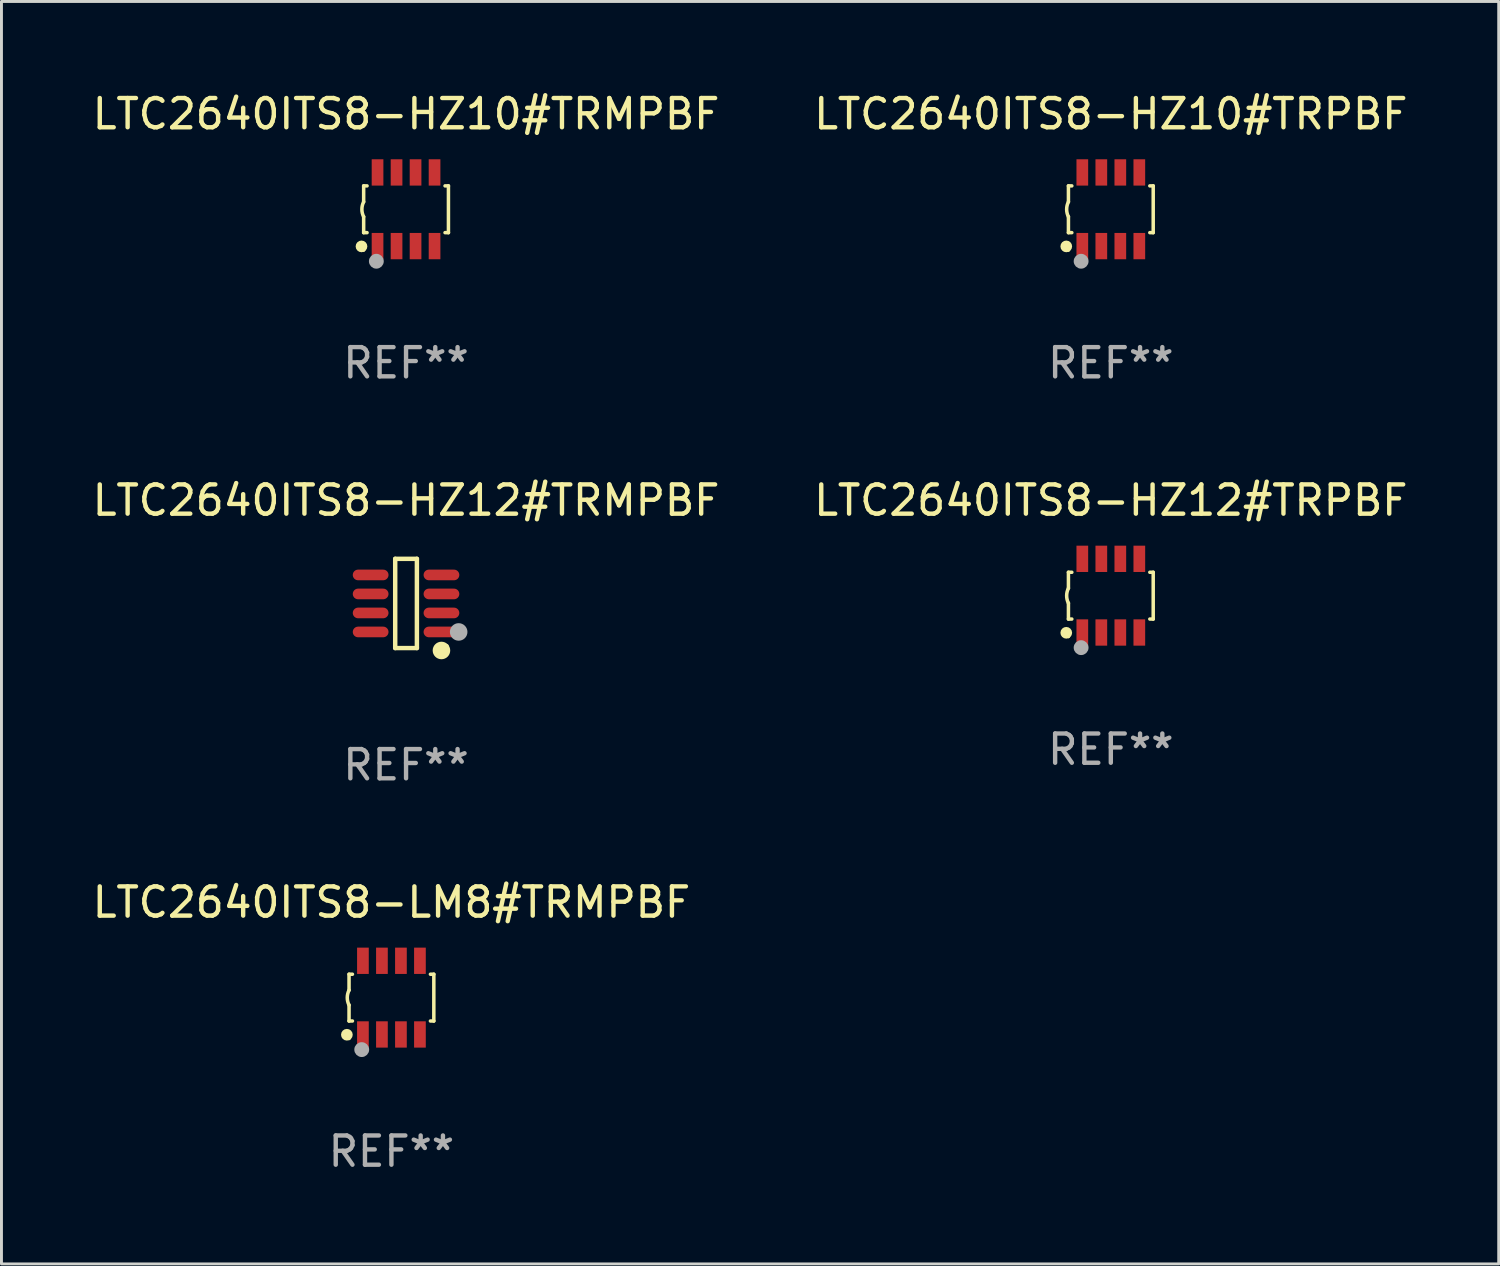
<source format=kicad_pcb>
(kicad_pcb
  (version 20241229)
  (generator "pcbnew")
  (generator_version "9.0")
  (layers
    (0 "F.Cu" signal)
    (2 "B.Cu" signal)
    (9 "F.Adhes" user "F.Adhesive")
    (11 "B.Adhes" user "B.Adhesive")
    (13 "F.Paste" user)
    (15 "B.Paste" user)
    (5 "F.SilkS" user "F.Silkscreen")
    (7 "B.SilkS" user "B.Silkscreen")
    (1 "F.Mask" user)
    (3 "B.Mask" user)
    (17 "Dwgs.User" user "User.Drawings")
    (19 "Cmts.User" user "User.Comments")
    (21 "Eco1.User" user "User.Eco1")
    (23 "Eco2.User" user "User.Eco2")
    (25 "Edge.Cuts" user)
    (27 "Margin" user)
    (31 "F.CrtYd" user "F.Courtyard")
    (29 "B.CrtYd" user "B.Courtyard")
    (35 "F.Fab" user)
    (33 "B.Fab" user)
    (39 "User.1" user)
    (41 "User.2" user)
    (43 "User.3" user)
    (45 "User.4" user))
  (footprint "LTC2640ITS8-HZ12#TRPBF"
    (layer "F.Cu")
    (at 34.946 17.325)
    (property "Reference" "LTC2640ITS8-HZ12#TRPBF" (at 0 -3.26 0) (layer "F.SilkS") (effects (font (size 1 1) (thickness 0.15))))
    (attr through_hole)
    (fp_line (start -1.45 -0.8) (end -1.45 -0.254) (stroke (width 0.12) (type solid)) (layer "F.SilkS"))
    (fp_line (start -1.45 -0.8) (end -1.334 -0.8) (stroke (width 0.12) (type solid)) (layer "F.SilkS"))
    (fp_line (start -1.45 0.8) (end -1.45 0.254) (stroke (width 0.12) (type solid)) (layer "F.SilkS"))
    (fp_line (start -1.45 0.8) (end -1.334 0.8) (stroke (width 0.12) (type solid)) (layer "F.SilkS"))
    (fp_line (start 1.334 -0.8) (end 1.45 -0.8) (stroke (width 0.12) (type solid)) (layer "F.SilkS"))
    (fp_line (start 1.334 0.8) (end 1.45 0.8) (stroke (width 0.12) (type solid)) (layer "F.SilkS"))
    (fp_line (start 1.45 0.8) (end 1.45 -0.8) (stroke (width 0.12) (type solid)) (layer "F.SilkS"))
    (fp_arc (start -1.45075 0.255144) (mid -1.510605 0.000434) (end -1.450013 -0.254102) (stroke (width 0.11999) (type solid)) (layer "F.SilkS"))
    (fp_circle (center -1.524 1.27) (end -1.424 1.27) (stroke (width 0.2) (type solid)) (fill no) (layer "F.SilkS"))
    (fp_circle (center -1.45 1.4) (end -1.42 1.4) (stroke (width 0.06) (type solid)) (fill no) (layer "F.SilkS"))
    (fp_circle (center -1.016 1.778) (end -0.889 1.778) (stroke (width 0.254) (type solid)) (fill no) (layer "F.Fab"))
    (fp_text user "REF**" (at 0 5.26 0) (layer "F.Fab") (effects (font (size 1 1) (thickness 0.15))))
    (pad "1" smd rect (at -0.975 1.26) (size 0.4 0.9) (layers "F.Cu" "F.Mask" "F.Paste"))
    (pad "2" smd rect (at -0.325 1.26) (size 0.4 0.9) (layers "F.Cu" "F.Mask" "F.Paste"))
    (pad "3" smd rect (at 0.325 1.26) (size 0.4 0.9) (layers "F.Cu" "F.Mask" "F.Paste"))
    (pad "4" smd rect (at 0.975 1.26) (size 0.4 0.9) (layers "F.Cu" "F.Mask" "F.Paste"))
    (pad "5" smd rect (at 0.975 -1.26) (size 0.4 0.9) (layers "F.Cu" "F.Mask" "F.Paste"))
    (pad "6" smd rect (at 0.325 -1.26) (size 0.4 0.9) (layers "F.Cu" "F.Mask" "F.Paste"))
    (pad "7" smd rect (at -0.325 -1.26) (size 0.4 0.9) (layers "F.Cu" "F.Mask" "F.Paste"))
    (pad "8" smd rect (at -0.975 -1.26) (size 0.4 0.9) (layers "F.Cu" "F.Mask" "F.Paste")))
  (footprint "LTC2640ITS8-HZ10#TRPBF"
    (layer "F.Cu")
    (at 34.946 4.108)
    (property "Reference" "LTC2640ITS8-HZ10#TRPBF" (at 0 -3.26 0) (layer "F.SilkS") (effects (font (size 1 1) (thickness 0.15))))
    (attr through_hole)
    (fp_line (start -1.45 -0.8) (end -1.45 -0.254) (stroke (width 0.12) (type solid)) (layer "F.SilkS"))
    (fp_line (start -1.45 -0.8) (end -1.334 -0.8) (stroke (width 0.12) (type solid)) (layer "F.SilkS"))
    (fp_line (start -1.45 0.8) (end -1.45 0.254) (stroke (width 0.12) (type solid)) (layer "F.SilkS"))
    (fp_line (start -1.45 0.8) (end -1.334 0.8) (stroke (width 0.12) (type solid)) (layer "F.SilkS"))
    (fp_line (start 1.334 -0.8) (end 1.45 -0.8) (stroke (width 0.12) (type solid)) (layer "F.SilkS"))
    (fp_line (start 1.334 0.8) (end 1.45 0.8) (stroke (width 0.12) (type solid)) (layer "F.SilkS"))
    (fp_line (start 1.45 0.8) (end 1.45 -0.8) (stroke (width 0.12) (type solid)) (layer "F.SilkS"))
    (fp_arc (start -1.45075 0.255144) (mid -1.510605 0.000434) (end -1.450013 -0.254102) (stroke (width 0.11999) (type solid)) (layer "F.SilkS"))
    (fp_circle (center -1.524 1.27) (end -1.424 1.27) (stroke (width 0.2) (type solid)) (fill no) (layer "F.SilkS"))
    (fp_circle (center -1.45 1.4) (end -1.42 1.4) (stroke (width 0.06) (type solid)) (fill no) (layer "F.SilkS"))
    (fp_circle (center -1.016 1.778) (end -0.889 1.778) (stroke (width 0.254) (type solid)) (fill no) (layer "F.Fab"))
    (fp_text user "REF**" (at 0 5.26 0) (layer "F.Fab") (effects (font (size 1 1) (thickness 0.15))))
    (pad "1" smd rect (at -0.975 1.26) (size 0.4 0.9) (layers "F.Cu" "F.Mask" "F.Paste"))
    (pad "2" smd rect (at -0.325 1.26) (size 0.4 0.9) (layers "F.Cu" "F.Mask" "F.Paste"))
    (pad "3" smd rect (at 0.325 1.26) (size 0.4 0.9) (layers "F.Cu" "F.Mask" "F.Paste"))
    (pad "4" smd rect (at 0.975 1.26) (size 0.4 0.9) (layers "F.Cu" "F.Mask" "F.Paste"))
    (pad "5" smd rect (at 0.975 -1.26) (size 0.4 0.9) (layers "F.Cu" "F.Mask" "F.Paste"))
    (pad "6" smd rect (at 0.325 -1.26) (size 0.4 0.9) (layers "F.Cu" "F.Mask" "F.Paste"))
    (pad "7" smd rect (at -0.325 -1.26) (size 0.4 0.9) (layers "F.Cu" "F.Mask" "F.Paste"))
    (pad "8" smd rect (at -0.975 -1.26) (size 0.4 0.9) (layers "F.Cu" "F.Mask" "F.Paste")))
  (footprint "LTC2640ITS8-LM8#TRMPBF"
    (layer "F.Cu")
    (at 10.339 31.074)
    (property "Reference" "LTC2640ITS8-LM8#TRMPBF" (at 0 -3.26 0) (layer "F.SilkS") (effects (font (size 1 1) (thickness 0.15))))
    (attr through_hole)
    (fp_line (start -1.45 -0.8) (end -1.45 -0.254) (stroke (width 0.12) (type solid)) (layer "F.SilkS"))
    (fp_line (start -1.45 -0.8) (end -1.334 -0.8) (stroke (width 0.12) (type solid)) (layer "F.SilkS"))
    (fp_line (start -1.45 0.8) (end -1.45 0.254) (stroke (width 0.12) (type solid)) (layer "F.SilkS"))
    (fp_line (start -1.45 0.8) (end -1.334 0.8) (stroke (width 0.12) (type solid)) (layer "F.SilkS"))
    (fp_line (start 1.334 -0.8) (end 1.45 -0.8) (stroke (width 0.12) (type solid)) (layer "F.SilkS"))
    (fp_line (start 1.334 0.8) (end 1.45 0.8) (stroke (width 0.12) (type solid)) (layer "F.SilkS"))
    (fp_line (start 1.45 0.8) (end 1.45 -0.8) (stroke (width 0.12) (type solid)) (layer "F.SilkS"))
    (fp_arc (start -1.45075 0.255144) (mid -1.510605 0.000434) (end -1.450013 -0.254102) (stroke (width 0.11999) (type solid)) (layer "F.SilkS"))
    (fp_circle (center -1.524 1.27) (end -1.424 1.27) (stroke (width 0.2) (type solid)) (fill no) (layer "F.SilkS"))
    (fp_circle (center -1.45 1.4) (end -1.42 1.4) (stroke (width 0.06) (type solid)) (fill no) (layer "F.SilkS"))
    (fp_circle (center -1.016 1.778) (end -0.889 1.778) (stroke (width 0.254) (type solid)) (fill no) (layer "F.Fab"))
    (fp_text user "REF**" (at 0 5.26 0) (layer "F.Fab") (effects (font (size 1 1) (thickness 0.15))))
    (pad "1" smd rect (at -0.975 1.26) (size 0.4 0.9) (layers "F.Cu" "F.Mask" "F.Paste"))
    (pad "2" smd rect (at -0.325 1.26) (size 0.4 0.9) (layers "F.Cu" "F.Mask" "F.Paste"))
    (pad "3" smd rect (at 0.325 1.26) (size 0.4 0.9) (layers "F.Cu" "F.Mask" "F.Paste"))
    (pad "4" smd rect (at 0.975 1.26) (size 0.4 0.9) (layers "F.Cu" "F.Mask" "F.Paste"))
    (pad "5" smd rect (at 0.975 -1.26) (size 0.4 0.9) (layers "F.Cu" "F.Mask" "F.Paste"))
    (pad "6" smd rect (at 0.325 -1.26) (size 0.4 0.9) (layers "F.Cu" "F.Mask" "F.Paste"))
    (pad "7" smd rect (at -0.325 -1.26) (size 0.4 0.9) (layers "F.Cu" "F.Mask" "F.Paste"))
    (pad "8" smd rect (at -0.975 -1.26) (size 0.4 0.9) (layers "F.Cu" "F.Mask" "F.Paste")))
  (footprint "LTC2640ITS8-HZ12#TRMPBF"
    (layer "F.Cu")
    (at 10.839 17.591)
    (property "Reference" "LTC2640ITS8-HZ12#TRMPBF" (at 0 -3.526 0) (layer "F.SilkS") (effects (font (size 1 1) (thickness 0.15))))
    (attr through_hole)
    (fp_line (start -0.371 -1.526) (end 0.371 -1.526) (stroke (width 0.152) (type solid)) (layer "F.SilkS"))
    (fp_line (start -0.371 1.526) (end -0.371 -1.526) (stroke (width 0.152) (type solid)) (layer "F.SilkS"))
    (fp_line (start 0.371 -1.526) (end 0.371 1.526) (stroke (width 0.152) (type solid)) (layer "F.SilkS"))
    (fp_line (start 0.371 1.526) (end -0.371 1.526) (stroke (width 0.152) (type solid)) (layer "F.SilkS"))
    (fp_circle (center 1.211 1.609) (end 1.361 1.609) (stroke (width 0.3) (type solid)) (fill no) (layer "F.SilkS"))
    (fp_circle (center 1.4 1.45) (end 1.43 1.45) (stroke (width 0.06) (type solid)) (fill no) (layer "F.SilkS"))
    (fp_circle (center 1.8 0.975) (end 1.95 0.975) (stroke (width 0.3) (type solid)) (fill no) (layer "F.Fab"))
    (fp_text user "REF**" (at 0 5.526 0) (layer "F.Fab") (effects (font (size 1 1) (thickness 0.15))))
    (pad "1" smd oval (at 1.211 0.975) (size 1.222 0.364) (layers "F.Cu" "F.Mask" "F.Paste"))
    (pad "2" smd oval (at 1.211 0.325) (size 1.222 0.364) (layers "F.Cu" "F.Mask" "F.Paste"))
    (pad "3" smd oval (at 1.211 -0.325) (size 1.222 0.364) (layers "F.Cu" "F.Mask" "F.Paste"))
    (pad "4" smd oval (at 1.211 -0.975) (size 1.222 0.364) (layers "F.Cu" "F.Mask" "F.Paste"))
    (pad "5" smd oval (at -1.211 -0.975) (size 1.222 0.364) (layers "F.Cu" "F.Mask" "F.Paste"))
    (pad "6" smd oval (at -1.211 -0.325) (size 1.222 0.364) (layers "F.Cu" "F.Mask" "F.Paste"))
    (pad "7" smd oval (at -1.211 0.325) (size 1.222 0.364) (layers "F.Cu" "F.Mask" "F.Paste"))
    (pad "8" smd oval (at -1.211 0.975) (size 1.222 0.364) (layers "F.Cu" "F.Mask" "F.Paste")))
  (footprint "LTC2640ITS8-HZ10#TRMPBF"
    (layer "F.Cu")
    (at 10.839 4.108)
    (property "Reference" "LTC2640ITS8-HZ10#TRMPBF" (at 0 -3.26 0) (layer "F.SilkS") (effects (font (size 1 1) (thickness 0.15))))
    (attr through_hole)
    (fp_line (start -1.45 -0.8) (end -1.45 -0.254) (stroke (width 0.12) (type solid)) (layer "F.SilkS"))
    (fp_line (start -1.45 -0.8) (end -1.334 -0.8) (stroke (width 0.12) (type solid)) (layer "F.SilkS"))
    (fp_line (start -1.45 0.8) (end -1.45 0.254) (stroke (width 0.12) (type solid)) (layer "F.SilkS"))
    (fp_line (start -1.45 0.8) (end -1.334 0.8) (stroke (width 0.12) (type solid)) (layer "F.SilkS"))
    (fp_line (start 1.334 -0.8) (end 1.45 -0.8) (stroke (width 0.12) (type solid)) (layer "F.SilkS"))
    (fp_line (start 1.334 0.8) (end 1.45 0.8) (stroke (width 0.12) (type solid)) (layer "F.SilkS"))
    (fp_line (start 1.45 0.8) (end 1.45 -0.8) (stroke (width 0.12) (type solid)) (layer "F.SilkS"))
    (fp_arc (start -1.45075 0.255144) (mid -1.510605 0.000434) (end -1.450013 -0.254102) (stroke (width 0.11999) (type solid)) (layer "F.SilkS"))
    (fp_circle (center -1.524 1.27) (end -1.424 1.27) (stroke (width 0.2) (type solid)) (fill no) (layer "F.SilkS"))
    (fp_circle (center -1.45 1.4) (end -1.42 1.4) (stroke (width 0.06) (type solid)) (fill no) (layer "F.SilkS"))
    (fp_circle (center -1.016 1.778) (end -0.889 1.778) (stroke (width 0.254) (type solid)) (fill no) (layer "F.Fab"))
    (fp_text user "REF**" (at 0 5.26 0) (layer "F.Fab") (effects (font (size 1 1) (thickness 0.15))))
    (pad "1" smd rect (at -0.975 1.26) (size 0.4 0.9) (layers "F.Cu" "F.Mask" "F.Paste"))
    (pad "2" smd rect (at -0.325 1.26) (size 0.4 0.9) (layers "F.Cu" "F.Mask" "F.Paste"))
    (pad "3" smd rect (at 0.325 1.26) (size 0.4 0.9) (layers "F.Cu" "F.Mask" "F.Paste"))
    (pad "4" smd rect (at 0.975 1.26) (size 0.4 0.9) (layers "F.Cu" "F.Mask" "F.Paste"))
    (pad "5" smd rect (at 0.975 -1.26) (size 0.4 0.9) (layers "F.Cu" "F.Mask" "F.Paste"))
    (pad "6" smd rect (at 0.325 -1.26) (size 0.4 0.9) (layers "F.Cu" "F.Mask" "F.Paste"))
    (pad "7" smd rect (at -0.325 -1.26) (size 0.4 0.9) (layers "F.Cu" "F.Mask" "F.Paste"))
    (pad "8" smd rect (at -0.975 -1.26) (size 0.4 0.9) (layers "F.Cu" "F.Mask" "F.Paste")))
  (gr_rect
    (start -3 -3)
    (end 48.214 40.182)
    (stroke (width 0.1) (type default))
    (fill no)
    (layer "Edge.Cuts")))
</source>
